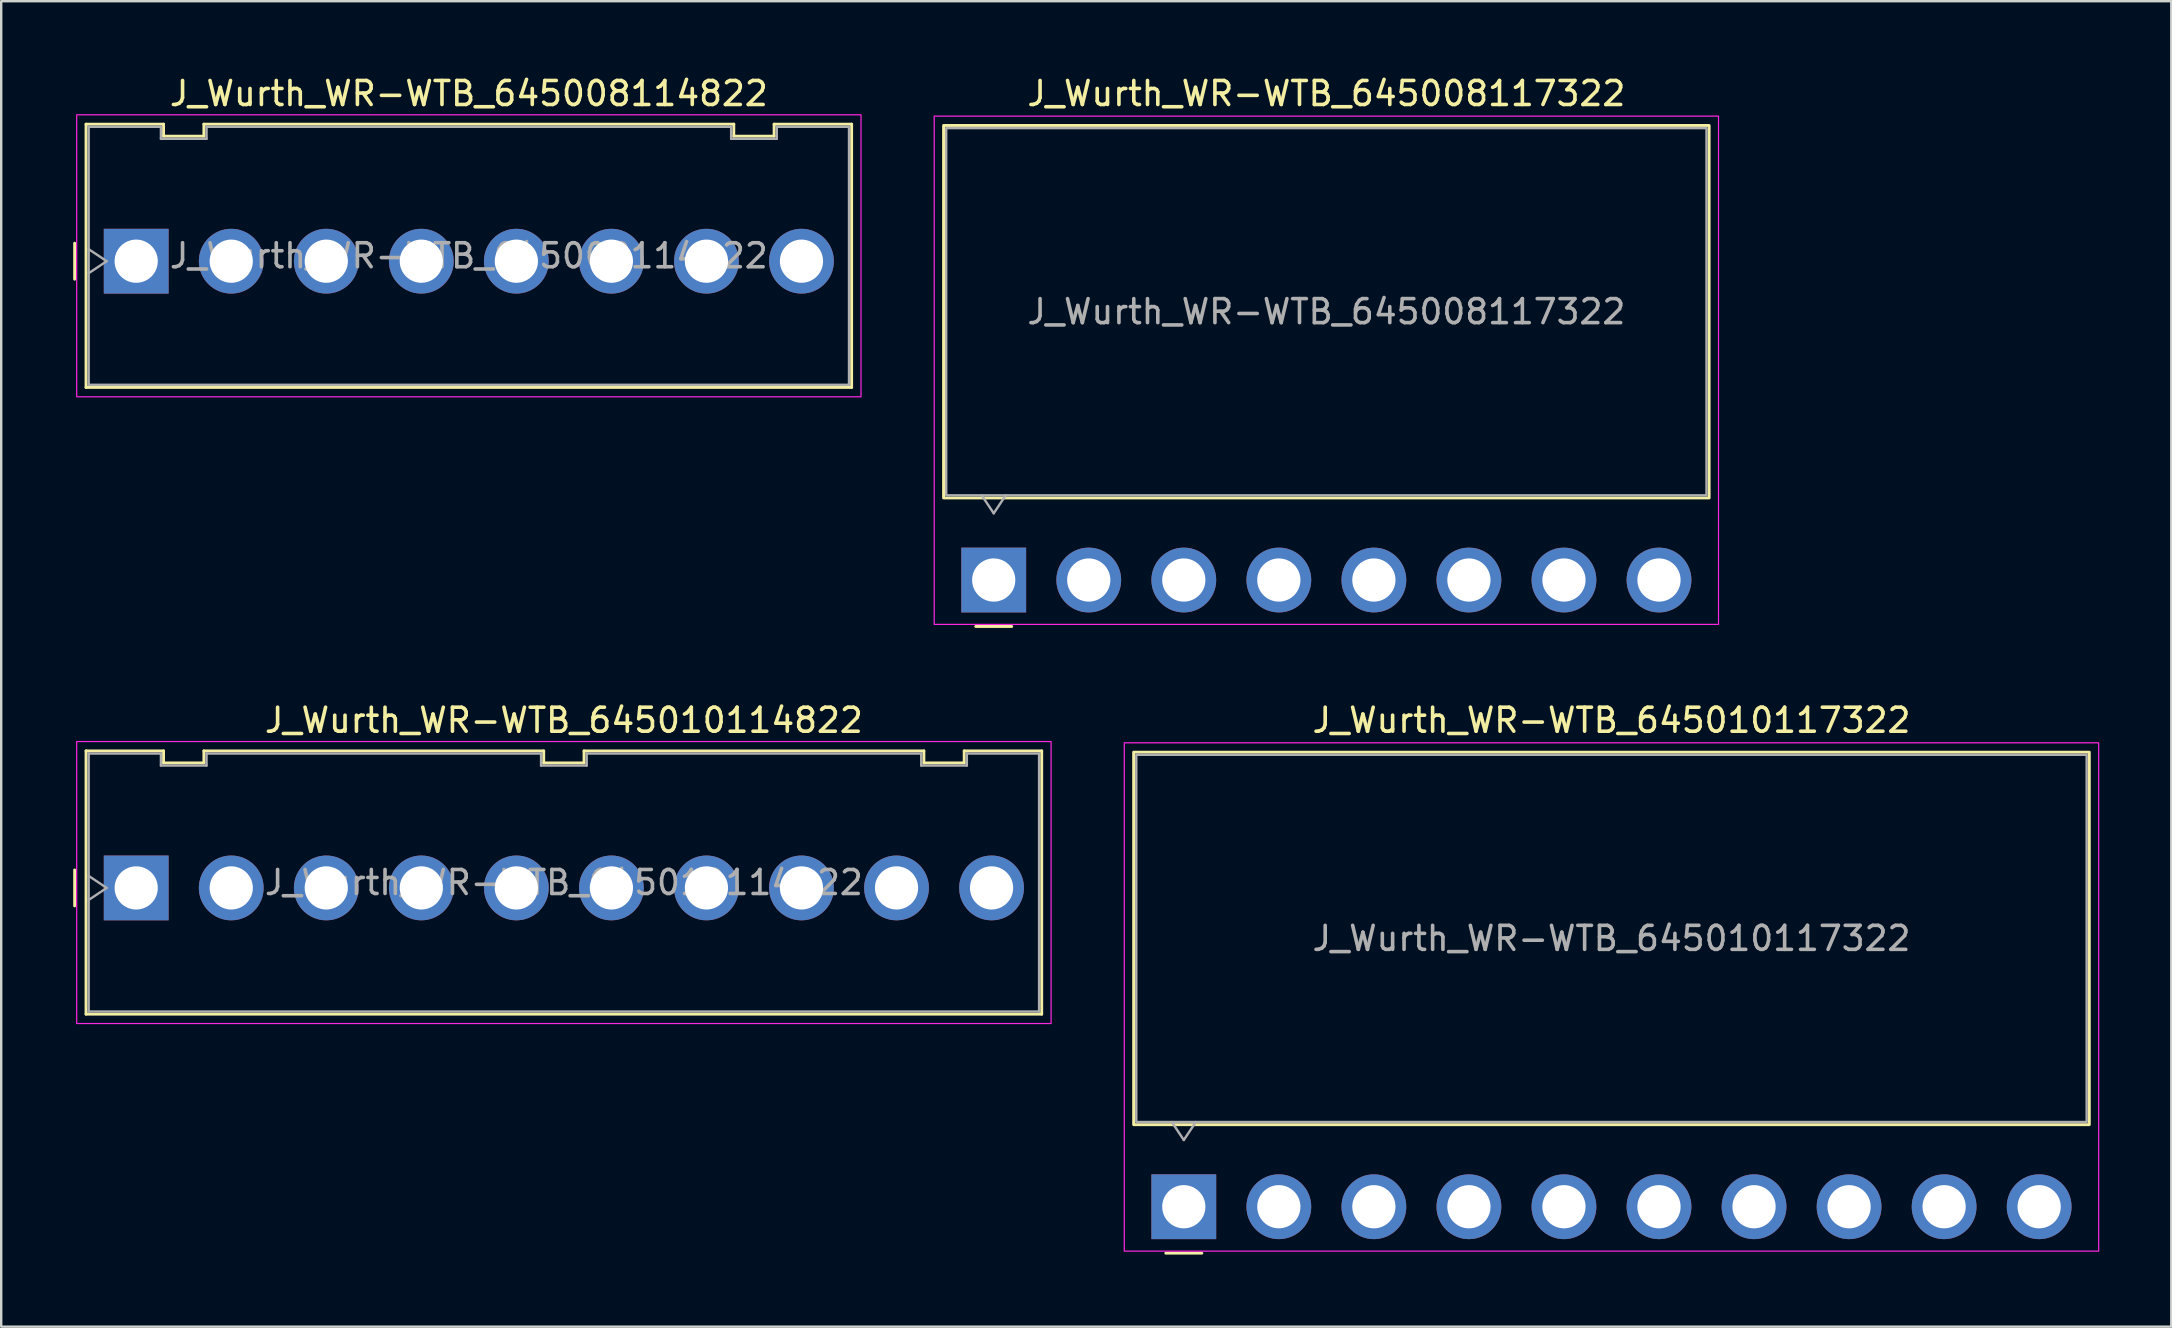
<source format=kicad_pcb>
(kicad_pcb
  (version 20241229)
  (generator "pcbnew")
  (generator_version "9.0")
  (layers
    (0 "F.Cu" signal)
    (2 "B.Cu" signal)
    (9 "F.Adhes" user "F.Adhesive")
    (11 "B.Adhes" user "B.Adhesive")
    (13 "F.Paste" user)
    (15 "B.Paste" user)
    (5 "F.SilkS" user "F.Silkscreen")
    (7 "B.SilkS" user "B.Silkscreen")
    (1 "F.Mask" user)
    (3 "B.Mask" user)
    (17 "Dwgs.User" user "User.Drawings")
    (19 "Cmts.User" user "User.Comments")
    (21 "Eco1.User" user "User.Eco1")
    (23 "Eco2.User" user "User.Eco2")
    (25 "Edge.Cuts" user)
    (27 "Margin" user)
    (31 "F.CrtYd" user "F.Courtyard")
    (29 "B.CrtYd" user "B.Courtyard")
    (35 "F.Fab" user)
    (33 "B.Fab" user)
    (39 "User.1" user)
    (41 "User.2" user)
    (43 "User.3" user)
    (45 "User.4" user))
  (footprint "J_Wurth_WR-WTB_645010114822"
    (layer "F.Cu")
    (at 2.625 33.947)
    (property "Reference" "J_Wurth_WR-WTB_645010114822" (at 17.82 -6.985 0) (unlocked yes) (layer "F.SilkS") (effects (font (size 1 1) (thickness 0.15))))
    (attr through_hole)
    (fp_line (start -2.565 -0.75) (end -2.565 0.75) (stroke (width 0.12) (type solid)) (layer "F.SilkS"))
    (fp_line (start -2.09 -5.71) (end 1.14 -5.71) (stroke (width 0.12) (type solid)) (layer "F.SilkS"))
    (fp_line (start -2.09 5.26) (end -2.09 -5.71) (stroke (width 0.12) (type default)) (layer "F.SilkS"))
    (fp_line (start 1.14 -5.71) (end 1.14 -5.21) (stroke (width 0.12) (type solid)) (layer "F.SilkS"))
    (fp_line (start 2.82 -5.71) (end 2.82 -5.21) (stroke (width 0.12) (type solid)) (layer "F.SilkS"))
    (fp_line (start 2.82 -5.21) (end 1.14 -5.21) (stroke (width 0.12) (type solid)) (layer "F.SilkS"))
    (fp_line (start 16.98 -5.71) (end 2.82 -5.71) (stroke (width 0.12) (type solid)) (layer "F.SilkS"))
    (fp_line (start 16.98 -5.71) (end 16.98 -5.21) (stroke (width 0.12) (type solid)) (layer "F.SilkS"))
    (fp_line (start 18.66 -5.71) (end 18.66 -5.21) (stroke (width 0.12) (type solid)) (layer "F.SilkS"))
    (fp_line (start 18.66 -5.21) (end 16.98 -5.21) (stroke (width 0.12) (type solid)) (layer "F.SilkS"))
    (fp_line (start 32.82 -5.71) (end 18.66 -5.71) (stroke (width 0.12) (type solid)) (layer "F.SilkS"))
    (fp_line (start 32.82 -5.71) (end 32.82 -5.21) (stroke (width 0.12) (type solid)) (layer "F.SilkS"))
    (fp_line (start 34.5 -5.71) (end 34.5 -5.21) (stroke (width 0.12) (type solid)) (layer "F.SilkS"))
    (fp_line (start 34.5 -5.71) (end 37.73 -5.71) (stroke (width 0.12) (type solid)) (layer "F.SilkS"))
    (fp_line (start 34.5 -5.21) (end 32.82 -5.21) (stroke (width 0.12) (type solid)) (layer "F.SilkS"))
    (fp_line (start 37.73 -5.71) (end 37.73 5.26) (stroke (width 0.12) (type default)) (layer "F.SilkS"))
    (fp_line (start 37.73 5.26) (end -2.09 5.26) (stroke (width 0.12) (type default)) (layer "F.SilkS"))
    (fp_rect (start -2.48 -6.1) (end 38.12 5.65) (stroke (width 0.05) (type solid)) (fill no) (layer "F.CrtYd"))
    (fp_line (start -1.98 5.15) (end -1.98 -5.6) (stroke (width 0.1) (type default)) (layer "F.Fab"))
    (fp_line (start -1.23 0) (end -1.98 -0.5) (stroke (width 0.1) (type solid)) (layer "F.Fab"))
    (fp_line (start -1.23 0) (end -1.98 0.5) (stroke (width 0.1) (type solid)) (layer "F.Fab"))
    (fp_line (start 1.03 -5.6) (end -1.98 -5.6) (stroke (width 0.1) (type default)) (layer "F.Fab"))
    (fp_line (start 1.03 -5.6) (end 1.03 -5.1) (stroke (width 0.1) (type default)) (layer "F.Fab"))
    (fp_line (start 2.93 -5.6) (end 2.93 -5.1) (stroke (width 0.1) (type default)) (layer "F.Fab"))
    (fp_line (start 2.93 -5.1) (end 1.03 -5.1) (stroke (width 0.1) (type solid)) (layer "F.Fab"))
    (fp_line (start 16.87 -5.6) (end 2.93 -5.6) (stroke (width 0.1) (type solid)) (layer "F.Fab"))
    (fp_line (start 16.87 -5.6) (end 16.87 -5.1) (stroke (width 0.1) (type default)) (layer "F.Fab"))
    (fp_line (start 18.77 -5.6) (end 18.77 -5.1) (stroke (width 0.1) (type default)) (layer "F.Fab"))
    (fp_line (start 18.77 -5.1) (end 16.87 -5.1) (stroke (width 0.1) (type solid)) (layer "F.Fab"))
    (fp_line (start 32.71 -5.6) (end 18.77 -5.6) (stroke (width 0.1) (type solid)) (layer "F.Fab"))
    (fp_line (start 32.71 -5.6) (end 32.71 -5.1) (stroke (width 0.1) (type default)) (layer "F.Fab"))
    (fp_line (start 34.61 -5.6) (end 34.61 -5.1) (stroke (width 0.1) (type default)) (layer "F.Fab"))
    (fp_line (start 34.61 -5.1) (end 32.71 -5.1) (stroke (width 0.1) (type solid)) (layer "F.Fab"))
    (fp_line (start 37.62 -5.6) (end 34.61 -5.6) (stroke (width 0.1) (type default)) (layer "F.Fab"))
    (fp_line (start 37.62 -5.6) (end 37.62 5.15) (stroke (width 0.1) (type default)) (layer "F.Fab"))
    (fp_line (start 37.62 5.15) (end -1.98 5.15) (stroke (width 0.1) (type default)) (layer "F.Fab"))
    (fp_text user "${REFERENCE}" (at 17.82 -0.225 0) (unlocked yes) (layer "F.Fab") (effects (font (size 1 1) (thickness 0.15))))
    (pad "1" thru_hole rect (at 0 0 180) (size 2.7 2.7) (drill 1.8) (layers "*.Cu" "*.Mask"))
    (pad "2" thru_hole circle (at 3.96 0 180) (size 2.7 2.7) (drill 1.8) (layers "*.Cu" "*.Mask"))
    (pad "3" thru_hole circle (at 7.92 0 180) (size 2.7 2.7) (drill 1.8) (layers "*.Cu" "*.Mask"))
    (pad "4" thru_hole circle (at 11.88 0 180) (size 2.7 2.7) (drill 1.8) (layers "*.Cu" "*.Mask"))
    (pad "5" thru_hole circle (at 15.84 0 180) (size 2.7 2.7) (drill 1.8) (layers "*.Cu" "*.Mask"))
    (pad "6" thru_hole circle (at 19.8 0 180) (size 2.7 2.7) (drill 1.8) (layers "*.Cu" "*.Mask"))
    (pad "7" thru_hole circle (at 23.76 0 180) (size 2.7 2.7) (drill 1.8) (layers "*.Cu" "*.Mask"))
    (pad "8" thru_hole circle (at 27.72 0 180) (size 2.7 2.7) (drill 1.8) (layers "*.Cu" "*.Mask"))
    (pad "9" thru_hole circle (at 31.68 0 180) (size 2.7 2.7) (drill 1.8) (layers "*.Cu" "*.Mask"))
    (pad "10" thru_hole circle (at 35.64 0 180) (size 2.7 2.7) (drill 1.8) (layers "*.Cu" "*.Mask")))
  (footprint "J_Wurth_WR-WTB_645010117322"
    (layer "F.Cu")
    (at 46.275 47.231)
    (property "Reference" "J_Wurth_WR-WTB_645010117322" (at 17.82 -20.27 0) (unlocked yes) (layer "F.SilkS") (effects (font (size 1 1) (thickness 0.15))))
    (attr through_hole)
    (fp_line (start -0.75 1.935) (end 0.75 1.935) (stroke (width 0.12) (type solid)) (layer "F.SilkS"))
    (fp_rect (start -2.09 -18.94) (end 37.73 -3.42) (stroke (width 0.12) (type solid)) (fill no) (layer "F.SilkS"))
    (fp_rect (start -2.48 -19.33) (end 38.12 1.85) (stroke (width 0.05) (type solid)) (fill no) (layer "F.CrtYd"))
    (fp_line (start 0 -2.78) (end -0.5 -3.53) (stroke (width 0.1) (type solid)) (layer "F.Fab"))
    (fp_line (start 0 -2.78) (end 0.5 -3.53) (stroke (width 0.1) (type solid)) (layer "F.Fab"))
    (fp_rect (start -1.98 -18.83) (end 37.62 -3.53) (stroke (width 0.1) (type solid)) (fill no) (layer "F.Fab"))
    (fp_text user "${REFERENCE}" (at 17.82 -11.18 0) (unlocked yes) (layer "F.Fab") (effects (font (size 1 1) (thickness 0.15))))
    (pad "1" thru_hole rect (at 0 0 180) (size 2.7 2.7) (drill 1.8) (layers "*.Cu" "*.Mask"))
    (pad "2" thru_hole circle (at 3.96 0 180) (size 2.7 2.7) (drill 1.8) (layers "*.Cu" "*.Mask"))
    (pad "3" thru_hole circle (at 7.92 0 180) (size 2.7 2.7) (drill 1.8) (layers "*.Cu" "*.Mask"))
    (pad "4" thru_hole circle (at 11.88 0 180) (size 2.7 2.7) (drill 1.8) (layers "*.Cu" "*.Mask"))
    (pad "5" thru_hole circle (at 15.84 0 180) (size 2.7 2.7) (drill 1.8) (layers "*.Cu" "*.Mask"))
    (pad "6" thru_hole circle (at 19.8 0 180) (size 2.7 2.7) (drill 1.8) (layers "*.Cu" "*.Mask"))
    (pad "7" thru_hole circle (at 23.76 0 180) (size 2.7 2.7) (drill 1.8) (layers "*.Cu" "*.Mask"))
    (pad "8" thru_hole circle (at 27.72 0 180) (size 2.7 2.7) (drill 1.8) (layers "*.Cu" "*.Mask"))
    (pad "9" thru_hole circle (at 31.68 0 180) (size 2.7 2.7) (drill 1.8) (layers "*.Cu" "*.Mask"))
    (pad "10" thru_hole circle (at 35.64 0 180) (size 2.7 2.7) (drill 1.8) (layers "*.Cu" "*.Mask")))
  (footprint "J_Wurth_WR-WTB_645008114822"
    (layer "F.Cu")
    (at 2.625 7.833)
    (property "Reference" "J_Wurth_WR-WTB_645008114822" (at 13.86 -6.985 0) (unlocked yes) (layer "F.SilkS") (effects (font (size 1 1) (thickness 0.15))))
    (attr through_hole)
    (fp_line (start -2.565 -0.75) (end -2.565 0.75) (stroke (width 0.12) (type solid)) (layer "F.SilkS"))
    (fp_line (start -2.09 5.26) (end -2.09 -5.71) (stroke (width 0.12) (type default)) (layer "F.SilkS"))
    (fp_line (start 1.14 -5.71) (end -2.09 -5.71) (stroke (width 0.12) (type solid)) (layer "F.SilkS"))
    (fp_line (start 1.14 -5.71) (end 1.14 -5.21) (stroke (width 0.12) (type solid)) (layer "F.SilkS"))
    (fp_line (start 2.82 -5.71) (end 2.82 -5.21) (stroke (width 0.12) (type solid)) (layer "F.SilkS"))
    (fp_line (start 2.82 -5.71) (end 24.9 -5.71) (stroke (width 0.12) (type solid)) (layer "F.SilkS"))
    (fp_line (start 2.82 -5.21) (end 1.14 -5.21) (stroke (width 0.12) (type solid)) (layer "F.SilkS"))
    (fp_line (start 24.9 -5.71) (end 24.9 -5.21) (stroke (width 0.12) (type solid)) (layer "F.SilkS"))
    (fp_line (start 26.58 -5.71) (end 26.58 -5.21) (stroke (width 0.12) (type solid)) (layer "F.SilkS"))
    (fp_line (start 26.58 -5.21) (end 24.9 -5.21) (stroke (width 0.12) (type solid)) (layer "F.SilkS"))
    (fp_line (start 29.81 -5.71) (end 26.58 -5.71) (stroke (width 0.12) (type solid)) (layer "F.SilkS"))
    (fp_line (start 29.81 -5.71) (end 29.81 5.26) (stroke (width 0.12) (type default)) (layer "F.SilkS"))
    (fp_line (start 29.81 5.26) (end -2.09 5.26) (stroke (width 0.12) (type default)) (layer "F.SilkS"))
    (fp_rect (start -2.48 -6.1) (end 30.2 5.65) (stroke (width 0.05) (type solid)) (fill no) (layer "F.CrtYd"))
    (fp_line (start -1.98 5.15) (end -1.98 -5.6) (stroke (width 0.1) (type default)) (layer "F.Fab"))
    (fp_line (start -1.23 0) (end -1.98 -0.5) (stroke (width 0.1) (type solid)) (layer "F.Fab"))
    (fp_line (start -1.23 0) (end -1.98 0.5) (stroke (width 0.1) (type solid)) (layer "F.Fab"))
    (fp_line (start 1.03 -5.6) (end -1.98 -5.6) (stroke (width 0.1) (type solid)) (layer "F.Fab"))
    (fp_line (start 1.03 -5.6) (end 1.03 -5.1) (stroke (width 0.1) (type default)) (layer "F.Fab"))
    (fp_line (start 2.93 -5.6) (end 2.93 -5.1) (stroke (width 0.1) (type default)) (layer "F.Fab"))
    (fp_line (start 2.93 -5.6) (end 24.79 -5.6) (stroke (width 0.1) (type default)) (layer "F.Fab"))
    (fp_line (start 2.93 -5.1) (end 1.03 -5.1) (stroke (width 0.1) (type solid)) (layer "F.Fab"))
    (fp_line (start 24.79 -5.6) (end 24.79 -5.1) (stroke (width 0.1) (type default)) (layer "F.Fab"))
    (fp_line (start 26.69 -5.6) (end 26.69 -5.1) (stroke (width 0.1) (type default)) (layer "F.Fab"))
    (fp_line (start 26.69 -5.1) (end 24.79 -5.1) (stroke (width 0.1) (type solid)) (layer "F.Fab"))
    (fp_line (start 29.7 -5.6) (end 26.69 -5.6) (stroke (width 0.1) (type solid)) (layer "F.Fab"))
    (fp_line (start 29.7 -5.6) (end 29.7 5.15) (stroke (width 0.1) (type default)) (layer "F.Fab"))
    (fp_line (start 29.7 5.15) (end -1.98 5.15) (stroke (width 0.1) (type default)) (layer "F.Fab"))
    (fp_text user "${REFERENCE}" (at 13.86 -0.225 0) (unlocked yes) (layer "F.Fab") (effects (font (size 1 1) (thickness 0.15))))
    (pad "1" thru_hole rect (at 0 0 180) (size 2.7 2.7) (drill 1.8) (layers "*.Cu" "*.Mask"))
    (pad "2" thru_hole circle (at 3.96 0 180) (size 2.7 2.7) (drill 1.8) (layers "*.Cu" "*.Mask"))
    (pad "3" thru_hole circle (at 7.92 0 180) (size 2.7 2.7) (drill 1.8) (layers "*.Cu" "*.Mask"))
    (pad "4" thru_hole circle (at 11.88 0 180) (size 2.7 2.7) (drill 1.8) (layers "*.Cu" "*.Mask"))
    (pad "5" thru_hole circle (at 15.84 0 180) (size 2.7 2.7) (drill 1.8) (layers "*.Cu" "*.Mask"))
    (pad "6" thru_hole circle (at 19.8 0 180) (size 2.7 2.7) (drill 1.8) (layers "*.Cu" "*.Mask"))
    (pad "7" thru_hole circle (at 23.76 0 180) (size 2.7 2.7) (drill 1.8) (layers "*.Cu" "*.Mask"))
    (pad "8" thru_hole circle (at 27.72 0 180) (size 2.7 2.7) (drill 1.8) (layers "*.Cu" "*.Mask")))
  (footprint "J_Wurth_WR-WTB_645008117322"
    (layer "F.Cu")
    (at 38.355 21.118)
    (property "Reference" "J_Wurth_WR-WTB_645008117322" (at 13.86 -20.27 0) (unlocked yes) (layer "F.SilkS") (effects (font (size 1 1) (thickness 0.15))))
    (attr through_hole)
    (fp_line (start -0.75 1.935) (end 0.75 1.935) (stroke (width 0.12) (type solid)) (layer "F.SilkS"))
    (fp_rect (start -2.09 -18.94) (end 29.81 -3.42) (stroke (width 0.12) (type solid)) (fill no) (layer "F.SilkS"))
    (fp_rect (start -2.48 -19.33) (end 30.2 1.85) (stroke (width 0.05) (type solid)) (fill no) (layer "F.CrtYd"))
    (fp_line (start 0 -2.78) (end -0.5 -3.53) (stroke (width 0.1) (type solid)) (layer "F.Fab"))
    (fp_line (start 0 -2.78) (end 0.5 -3.53) (stroke (width 0.1) (type solid)) (layer "F.Fab"))
    (fp_rect (start -1.98 -18.83) (end 29.7 -3.53) (stroke (width 0.1) (type solid)) (fill no) (layer "F.Fab"))
    (fp_text user "${REFERENCE}" (at 13.86 -11.18 0) (unlocked yes) (layer "F.Fab") (effects (font (size 1 1) (thickness 0.15))))
    (pad "1" thru_hole rect (at 0 0 180) (size 2.7 2.7) (drill 1.8) (layers "*.Cu" "*.Mask"))
    (pad "2" thru_hole circle (at 3.96 0 180) (size 2.7 2.7) (drill 1.8) (layers "*.Cu" "*.Mask"))
    (pad "3" thru_hole circle (at 7.92 0 180) (size 2.7 2.7) (drill 1.8) (layers "*.Cu" "*.Mask"))
    (pad "4" thru_hole circle (at 11.88 0 180) (size 2.7 2.7) (drill 1.8) (layers "*.Cu" "*.Mask"))
    (pad "5" thru_hole circle (at 15.84 0 180) (size 2.7 2.7) (drill 1.8) (layers "*.Cu" "*.Mask"))
    (pad "6" thru_hole circle (at 19.8 0 180) (size 2.7 2.7) (drill 1.8) (layers "*.Cu" "*.Mask"))
    (pad "7" thru_hole circle (at 23.76 0 180) (size 2.7 2.7) (drill 1.8) (layers "*.Cu" "*.Mask"))
    (pad "8" thru_hole circle (at 27.72 0 180) (size 2.7 2.7) (drill 1.8) (layers "*.Cu" "*.Mask")))
  (gr_rect
    (start -3 -3)
    (end 87.42 52.227)
    (stroke (width 0.1) (type default))
    (fill no)
    (layer "Edge.Cuts")))
</source>
